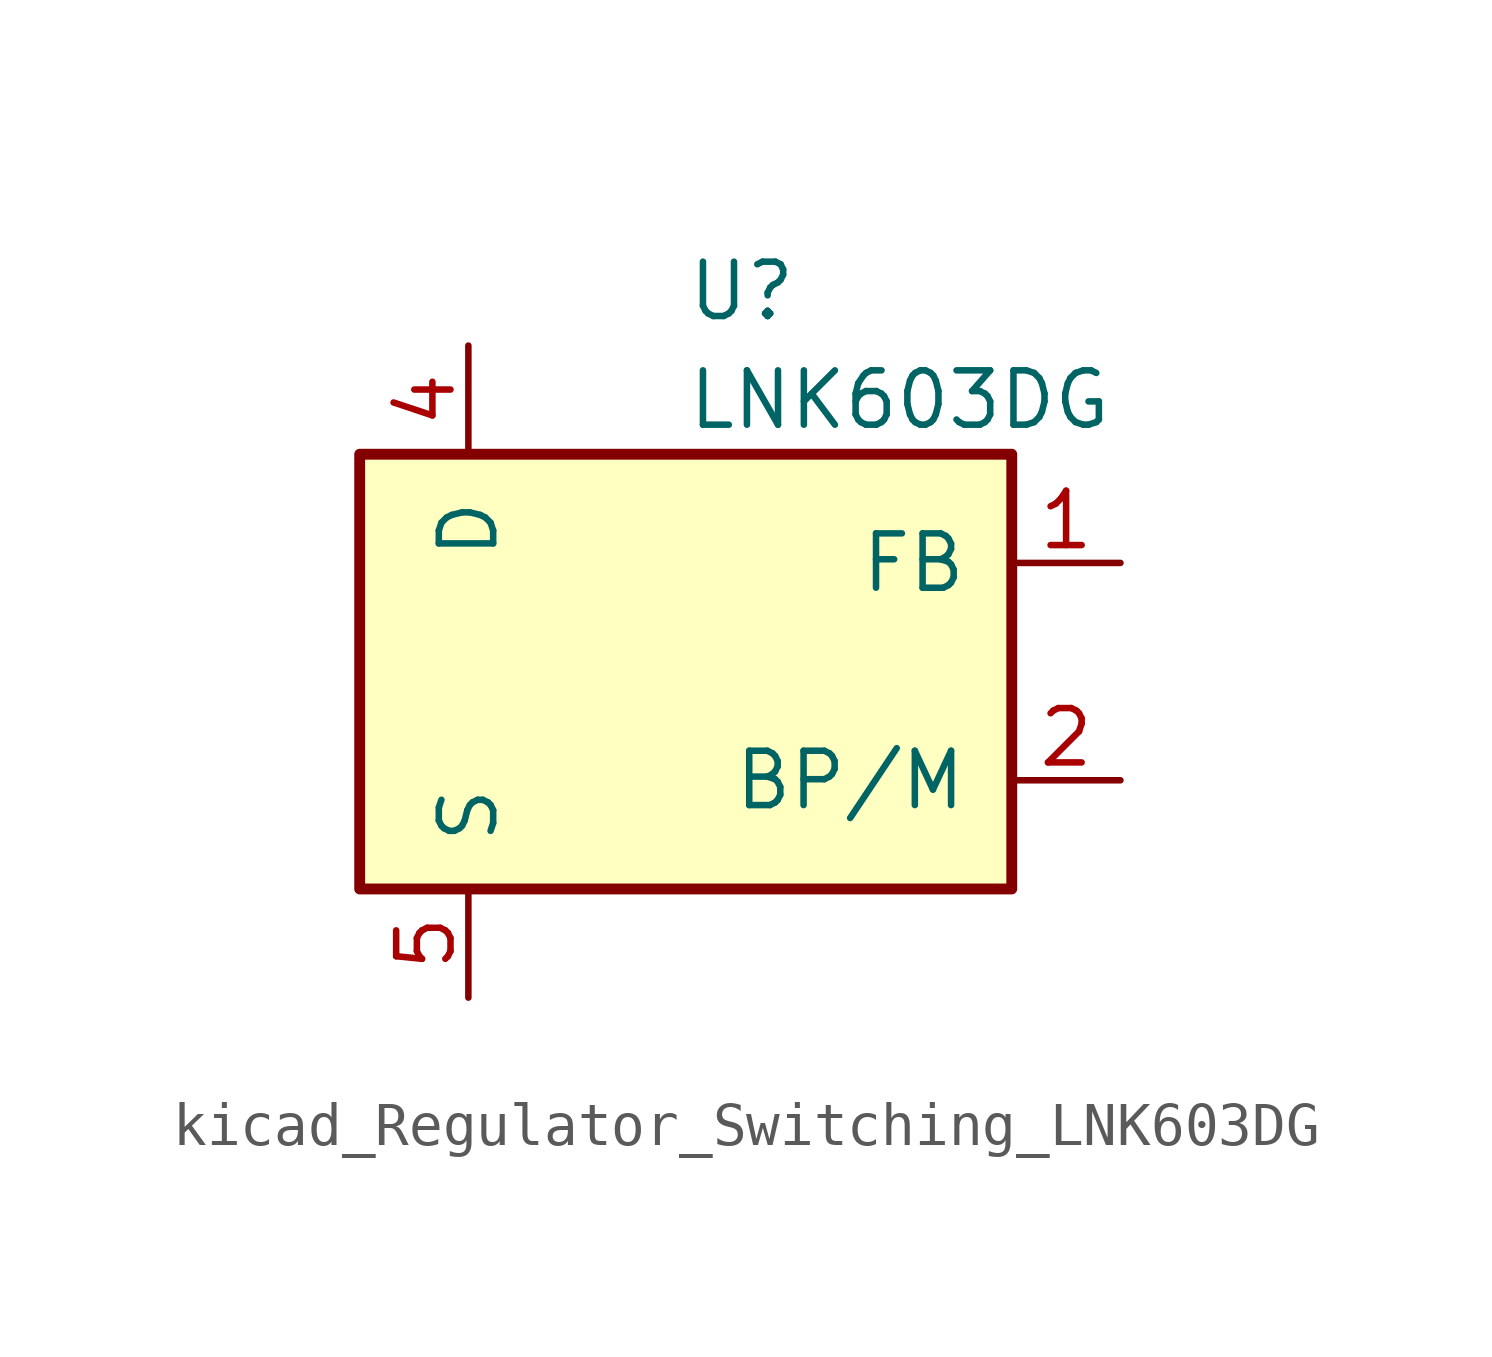
<source format=kicad_sym>
(kicad_symbol_lib
  (version 20220914)
  (generator kicad_symbol_editor)
  (symbol "kicad_Regulator_Switching_LNK603DG"
    (pin_names
      (offset 1.016))
    (property "Reference" "U"
      (at 0 8.89 0)
      (effects (font (size 1.27 1.27)) (justify left)))
    (property "Value" "LNK603DG"
      (at 0 6.35 0)
      (effects (font (size 1.27 1.27)) (justify left)))
    (symbol "kicad_Regulator_Switching_LNK603DG_0_1"
      (rectangle (start -7.62 5.08) (end 7.62 -5.08) (stroke (width 0.254) (type default)) (fill (type background))))
    (symbol "kicad_Regulator_Switching_LNK603DG_1_1"
      (pin input line (at 10.16 2.54 180) (length 2.54) (name "FB" (effects (font (size 1.27 1.27)))) (number "1" (effects (font (size 1.27 1.27)))))
      (pin input line (at 10.16 -2.54 180) (length 2.54) (name "BP/M" (effects (font (size 1.27 1.27)))) (number "2" (effects (font (size 1.27 1.27)))))
      (pin open_collector line (at -5.08 7.62 270) (length 2.54) (name "D" (effects (font (size 1.27 1.27)))) (number "4" (effects (font (size 1.27 1.27)))))
      (pin power_in line (at -5.08 -7.62 90) (length 2.54) (name "S" (effects (font (size 1.27 1.27)))) (number "5" (effects (font (size 1.27 1.27)))))
      (pin passive line (at -5.08 -7.62 90) (length 2.54) hide (name "S" (effects (font (size 1.27 1.27)))) (number "6" (effects (font (size 1.27 1.27)))))
      (pin passive line (at -5.08 -7.62 90) (length 2.54) hide (name "S" (effects (font (size 1.27 1.27)))) (number "7" (effects (font (size 1.27 1.27)))))
      (pin passive line (at -5.08 -7.62 90) (length 2.54) hide (name "S" (effects (font (size 1.27 1.27)))) (number "8" (effects (font (size 1.27 1.27))))))))
</source>
